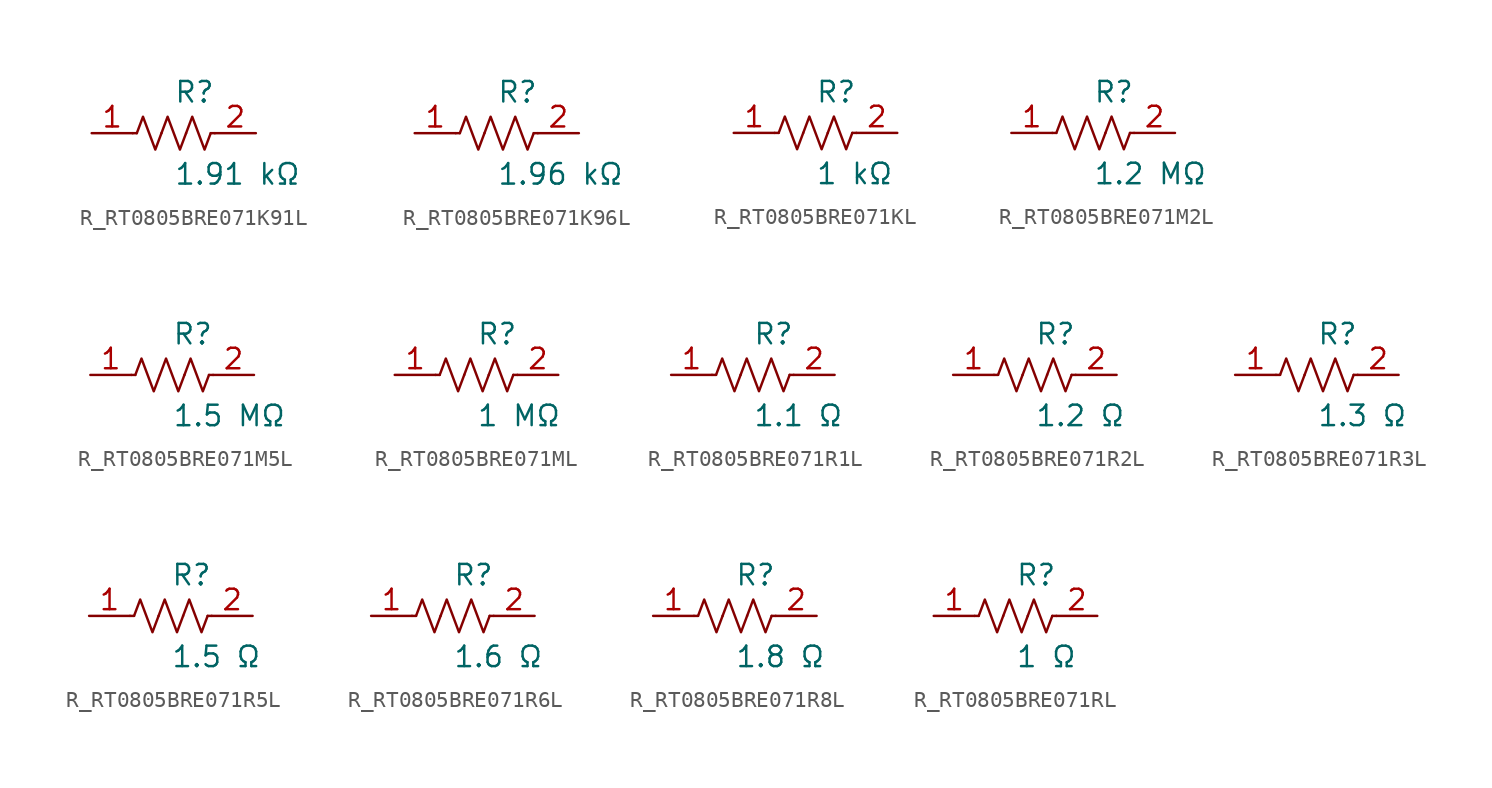
<source format=kicad_sym>
(kicad_symbol_lib
  (version 20231120)
  (generator kicad_symbol_editor)
  (generator_version 8.0)
  (symbol "R_RT0805BRE071K91L"
    (pin_names
      (offset 0.254))
    (property "Reference" "R"
      (at 0.0 2.54 0)
      (effects (font (size 1.27 1.27)) (justify left)))
    (property "Value" "1.91 kΩ"
      (at 0.0 -2.54 0)
      (effects (font (size 1.27 1.27)) (justify left)))
    (symbol "R_RT0805BRE071K91L_0_1"
      (polyline (pts (xy 2.286 0) (xy 2.54 0)) (stroke (width 0) (type default)) (fill (type none)))
      (polyline (pts (xy -2.286 0) (xy -2.54 0)) (stroke (width 0) (type default)) (fill (type none)))
      (polyline (pts (xy 0.762 0) (xy 1.143 1.016) (xy 1.524 0) (xy 1.905 -1.016) (xy 2.286 0)) (stroke (width 0) (type default)) (fill (type none)))
      (polyline (pts (xy -0.762 0) (xy -0.381 1.016) (xy 0 0) (xy 0.381 -1.016) (xy 0.762 0)) (stroke (width 0) (type default)) (fill (type none)))
      (polyline (pts (xy -2.286 0) (xy -1.905 1.016) (xy -1.524 0) (xy -1.143 -1.016) (xy -0.762 0)) (stroke (width 0) (type default)) (fill (type none))))
    (pin unspecified line
      (at -5.08 0 0)
      (length 2.54)
      (name "" (effects (font (size 1.27 1.27))))
      (number "1" (effects (font (size 1.27 1.27)))))
    (pin unspecified line
      (at 5.08 0 180)
      (length 2.54)
      (name "" (effects (font (size 1.27 1.27))))
      (number "2" (effects (font (size 1.27 1.27))))))
  (symbol "R_RT0805BRE071K96L"
    (pin_names
      (offset 0.254))
    (property "Reference" "R"
      (at 0.0 2.54 0)
      (effects (font (size 1.27 1.27)) (justify left)))
    (property "Value" "1.96 kΩ"
      (at 0.0 -2.54 0)
      (effects (font (size 1.27 1.27)) (justify left)))
    (symbol "R_RT0805BRE071K96L_0_1"
      (polyline (pts (xy 2.286 0) (xy 2.54 0)) (stroke (width 0) (type default)) (fill (type none)))
      (polyline (pts (xy -2.286 0) (xy -2.54 0)) (stroke (width 0) (type default)) (fill (type none)))
      (polyline (pts (xy 0.762 0) (xy 1.143 1.016) (xy 1.524 0) (xy 1.905 -1.016) (xy 2.286 0)) (stroke (width 0) (type default)) (fill (type none)))
      (polyline (pts (xy -0.762 0) (xy -0.381 1.016) (xy 0 0) (xy 0.381 -1.016) (xy 0.762 0)) (stroke (width 0) (type default)) (fill (type none)))
      (polyline (pts (xy -2.286 0) (xy -1.905 1.016) (xy -1.524 0) (xy -1.143 -1.016) (xy -0.762 0)) (stroke (width 0) (type default)) (fill (type none))))
    (pin unspecified line
      (at -5.08 0 0)
      (length 2.54)
      (name "" (effects (font (size 1.27 1.27))))
      (number "1" (effects (font (size 1.27 1.27)))))
    (pin unspecified line
      (at 5.08 0 180)
      (length 2.54)
      (name "" (effects (font (size 1.27 1.27))))
      (number "2" (effects (font (size 1.27 1.27))))))
  (symbol "R_RT0805BRE071KL"
    (pin_names
      (offset 0.254))
    (property "Reference" "R"
      (at 0.0 2.54 0)
      (effects (font (size 1.27 1.27)) (justify left)))
    (property "Value" "1 kΩ"
      (at 0.0 -2.54 0)
      (effects (font (size 1.27 1.27)) (justify left)))
    (symbol "R_RT0805BRE071KL_0_1"
      (polyline (pts (xy 2.286 0) (xy 2.54 0)) (stroke (width 0) (type default)) (fill (type none)))
      (polyline (pts (xy -2.286 0) (xy -2.54 0)) (stroke (width 0) (type default)) (fill (type none)))
      (polyline (pts (xy 0.762 0) (xy 1.143 1.016) (xy 1.524 0) (xy 1.905 -1.016) (xy 2.286 0)) (stroke (width 0) (type default)) (fill (type none)))
      (polyline (pts (xy -0.762 0) (xy -0.381 1.016) (xy 0 0) (xy 0.381 -1.016) (xy 0.762 0)) (stroke (width 0) (type default)) (fill (type none)))
      (polyline (pts (xy -2.286 0) (xy -1.905 1.016) (xy -1.524 0) (xy -1.143 -1.016) (xy -0.762 0)) (stroke (width 0) (type default)) (fill (type none))))
    (pin unspecified line
      (at -5.08 0 0)
      (length 2.54)
      (name "" (effects (font (size 1.27 1.27))))
      (number "1" (effects (font (size 1.27 1.27)))))
    (pin unspecified line
      (at 5.08 0 180)
      (length 2.54)
      (name "" (effects (font (size 1.27 1.27))))
      (number "2" (effects (font (size 1.27 1.27))))))
  (symbol "R_RT0805BRE071M2L"
    (pin_names
      (offset 0.254))
    (property "Reference" "R"
      (at 0.0 2.54 0)
      (effects (font (size 1.27 1.27)) (justify left)))
    (property "Value" "1.2 MΩ"
      (at 0.0 -2.54 0)
      (effects (font (size 1.27 1.27)) (justify left)))
    (symbol "R_RT0805BRE071M2L_0_1"
      (polyline (pts (xy 2.286 0) (xy 2.54 0)) (stroke (width 0) (type default)) (fill (type none)))
      (polyline (pts (xy -2.286 0) (xy -2.54 0)) (stroke (width 0) (type default)) (fill (type none)))
      (polyline (pts (xy 0.762 0) (xy 1.143 1.016) (xy 1.524 0) (xy 1.905 -1.016) (xy 2.286 0)) (stroke (width 0) (type default)) (fill (type none)))
      (polyline (pts (xy -0.762 0) (xy -0.381 1.016) (xy 0 0) (xy 0.381 -1.016) (xy 0.762 0)) (stroke (width 0) (type default)) (fill (type none)))
      (polyline (pts (xy -2.286 0) (xy -1.905 1.016) (xy -1.524 0) (xy -1.143 -1.016) (xy -0.762 0)) (stroke (width 0) (type default)) (fill (type none))))
    (pin unspecified line
      (at -5.08 0 0)
      (length 2.54)
      (name "" (effects (font (size 1.27 1.27))))
      (number "1" (effects (font (size 1.27 1.27)))))
    (pin unspecified line
      (at 5.08 0 180)
      (length 2.54)
      (name "" (effects (font (size 1.27 1.27))))
      (number "2" (effects (font (size 1.27 1.27))))))
  (symbol "R_RT0805BRE071M5L"
    (pin_names
      (offset 0.254))
    (property "Reference" "R"
      (at 0.0 2.54 0)
      (effects (font (size 1.27 1.27)) (justify left)))
    (property "Value" "1.5 MΩ"
      (at 0.0 -2.54 0)
      (effects (font (size 1.27 1.27)) (justify left)))
    (symbol "R_RT0805BRE071M5L_0_1"
      (polyline (pts (xy 2.286 0) (xy 2.54 0)) (stroke (width 0) (type default)) (fill (type none)))
      (polyline (pts (xy -2.286 0) (xy -2.54 0)) (stroke (width 0) (type default)) (fill (type none)))
      (polyline (pts (xy 0.762 0) (xy 1.143 1.016) (xy 1.524 0) (xy 1.905 -1.016) (xy 2.286 0)) (stroke (width 0) (type default)) (fill (type none)))
      (polyline (pts (xy -0.762 0) (xy -0.381 1.016) (xy 0 0) (xy 0.381 -1.016) (xy 0.762 0)) (stroke (width 0) (type default)) (fill (type none)))
      (polyline (pts (xy -2.286 0) (xy -1.905 1.016) (xy -1.524 0) (xy -1.143 -1.016) (xy -0.762 0)) (stroke (width 0) (type default)) (fill (type none))))
    (pin unspecified line
      (at -5.08 0 0)
      (length 2.54)
      (name "" (effects (font (size 1.27 1.27))))
      (number "1" (effects (font (size 1.27 1.27)))))
    (pin unspecified line
      (at 5.08 0 180)
      (length 2.54)
      (name "" (effects (font (size 1.27 1.27))))
      (number "2" (effects (font (size 1.27 1.27))))))
  (symbol "R_RT0805BRE071ML"
    (pin_names
      (offset 0.254))
    (property "Reference" "R"
      (at 0.0 2.54 0)
      (effects (font (size 1.27 1.27)) (justify left)))
    (property "Value" "1 MΩ"
      (at 0.0 -2.54 0)
      (effects (font (size 1.27 1.27)) (justify left)))
    (symbol "R_RT0805BRE071ML_0_1"
      (polyline (pts (xy 2.286 0) (xy 2.54 0)) (stroke (width 0) (type default)) (fill (type none)))
      (polyline (pts (xy -2.286 0) (xy -2.54 0)) (stroke (width 0) (type default)) (fill (type none)))
      (polyline (pts (xy 0.762 0) (xy 1.143 1.016) (xy 1.524 0) (xy 1.905 -1.016) (xy 2.286 0)) (stroke (width 0) (type default)) (fill (type none)))
      (polyline (pts (xy -0.762 0) (xy -0.381 1.016) (xy 0 0) (xy 0.381 -1.016) (xy 0.762 0)) (stroke (width 0) (type default)) (fill (type none)))
      (polyline (pts (xy -2.286 0) (xy -1.905 1.016) (xy -1.524 0) (xy -1.143 -1.016) (xy -0.762 0)) (stroke (width 0) (type default)) (fill (type none))))
    (pin unspecified line
      (at -5.08 0 0)
      (length 2.54)
      (name "" (effects (font (size 1.27 1.27))))
      (number "1" (effects (font (size 1.27 1.27)))))
    (pin unspecified line
      (at 5.08 0 180)
      (length 2.54)
      (name "" (effects (font (size 1.27 1.27))))
      (number "2" (effects (font (size 1.27 1.27))))))
  (symbol "R_RT0805BRE071R1L"
    (pin_names
      (offset 0.254))
    (property "Reference" "R"
      (at 0.0 2.54 0)
      (effects (font (size 1.27 1.27)) (justify left)))
    (property "Value" "1.1 Ω"
      (at 0.0 -2.54 0)
      (effects (font (size 1.27 1.27)) (justify left)))
    (symbol "R_RT0805BRE071R1L_0_1"
      (polyline (pts (xy 2.286 0) (xy 2.54 0)) (stroke (width 0) (type default)) (fill (type none)))
      (polyline (pts (xy -2.286 0) (xy -2.54 0)) (stroke (width 0) (type default)) (fill (type none)))
      (polyline (pts (xy 0.762 0) (xy 1.143 1.016) (xy 1.524 0) (xy 1.905 -1.016) (xy 2.286 0)) (stroke (width 0) (type default)) (fill (type none)))
      (polyline (pts (xy -0.762 0) (xy -0.381 1.016) (xy 0 0) (xy 0.381 -1.016) (xy 0.762 0)) (stroke (width 0) (type default)) (fill (type none)))
      (polyline (pts (xy -2.286 0) (xy -1.905 1.016) (xy -1.524 0) (xy -1.143 -1.016) (xy -0.762 0)) (stroke (width 0) (type default)) (fill (type none))))
    (pin unspecified line
      (at -5.08 0 0)
      (length 2.54)
      (name "" (effects (font (size 1.27 1.27))))
      (number "1" (effects (font (size 1.27 1.27)))))
    (pin unspecified line
      (at 5.08 0 180)
      (length 2.54)
      (name "" (effects (font (size 1.27 1.27))))
      (number "2" (effects (font (size 1.27 1.27))))))
  (symbol "R_RT0805BRE071R2L"
    (pin_names
      (offset 0.254))
    (property "Reference" "R"
      (at 0.0 2.54 0)
      (effects (font (size 1.27 1.27)) (justify left)))
    (property "Value" "1.2 Ω"
      (at 0.0 -2.54 0)
      (effects (font (size 1.27 1.27)) (justify left)))
    (symbol "R_RT0805BRE071R2L_0_1"
      (polyline (pts (xy 2.286 0) (xy 2.54 0)) (stroke (width 0) (type default)) (fill (type none)))
      (polyline (pts (xy -2.286 0) (xy -2.54 0)) (stroke (width 0) (type default)) (fill (type none)))
      (polyline (pts (xy 0.762 0) (xy 1.143 1.016) (xy 1.524 0) (xy 1.905 -1.016) (xy 2.286 0)) (stroke (width 0) (type default)) (fill (type none)))
      (polyline (pts (xy -0.762 0) (xy -0.381 1.016) (xy 0 0) (xy 0.381 -1.016) (xy 0.762 0)) (stroke (width 0) (type default)) (fill (type none)))
      (polyline (pts (xy -2.286 0) (xy -1.905 1.016) (xy -1.524 0) (xy -1.143 -1.016) (xy -0.762 0)) (stroke (width 0) (type default)) (fill (type none))))
    (pin unspecified line
      (at -5.08 0 0)
      (length 2.54)
      (name "" (effects (font (size 1.27 1.27))))
      (number "1" (effects (font (size 1.27 1.27)))))
    (pin unspecified line
      (at 5.08 0 180)
      (length 2.54)
      (name "" (effects (font (size 1.27 1.27))))
      (number "2" (effects (font (size 1.27 1.27))))))
  (symbol "R_RT0805BRE071R3L"
    (pin_names
      (offset 0.254))
    (property "Reference" "R"
      (at 0.0 2.54 0)
      (effects (font (size 1.27 1.27)) (justify left)))
    (property "Value" "1.3 Ω"
      (at 0.0 -2.54 0)
      (effects (font (size 1.27 1.27)) (justify left)))
    (symbol "R_RT0805BRE071R3L_0_1"
      (polyline (pts (xy 2.286 0) (xy 2.54 0)) (stroke (width 0) (type default)) (fill (type none)))
      (polyline (pts (xy -2.286 0) (xy -2.54 0)) (stroke (width 0) (type default)) (fill (type none)))
      (polyline (pts (xy 0.762 0) (xy 1.143 1.016) (xy 1.524 0) (xy 1.905 -1.016) (xy 2.286 0)) (stroke (width 0) (type default)) (fill (type none)))
      (polyline (pts (xy -0.762 0) (xy -0.381 1.016) (xy 0 0) (xy 0.381 -1.016) (xy 0.762 0)) (stroke (width 0) (type default)) (fill (type none)))
      (polyline (pts (xy -2.286 0) (xy -1.905 1.016) (xy -1.524 0) (xy -1.143 -1.016) (xy -0.762 0)) (stroke (width 0) (type default)) (fill (type none))))
    (pin unspecified line
      (at -5.08 0 0)
      (length 2.54)
      (name "" (effects (font (size 1.27 1.27))))
      (number "1" (effects (font (size 1.27 1.27)))))
    (pin unspecified line
      (at 5.08 0 180)
      (length 2.54)
      (name "" (effects (font (size 1.27 1.27))))
      (number "2" (effects (font (size 1.27 1.27))))))
  (symbol "R_RT0805BRE071R5L"
    (pin_names
      (offset 0.254))
    (property "Reference" "R"
      (at 0.0 2.54 0)
      (effects (font (size 1.27 1.27)) (justify left)))
    (property "Value" "1.5 Ω"
      (at 0.0 -2.54 0)
      (effects (font (size 1.27 1.27)) (justify left)))
    (symbol "R_RT0805BRE071R5L_0_1"
      (polyline (pts (xy 2.286 0) (xy 2.54 0)) (stroke (width 0) (type default)) (fill (type none)))
      (polyline (pts (xy -2.286 0) (xy -2.54 0)) (stroke (width 0) (type default)) (fill (type none)))
      (polyline (pts (xy 0.762 0) (xy 1.143 1.016) (xy 1.524 0) (xy 1.905 -1.016) (xy 2.286 0)) (stroke (width 0) (type default)) (fill (type none)))
      (polyline (pts (xy -0.762 0) (xy -0.381 1.016) (xy 0 0) (xy 0.381 -1.016) (xy 0.762 0)) (stroke (width 0) (type default)) (fill (type none)))
      (polyline (pts (xy -2.286 0) (xy -1.905 1.016) (xy -1.524 0) (xy -1.143 -1.016) (xy -0.762 0)) (stroke (width 0) (type default)) (fill (type none))))
    (pin unspecified line
      (at -5.08 0 0)
      (length 2.54)
      (name "" (effects (font (size 1.27 1.27))))
      (number "1" (effects (font (size 1.27 1.27)))))
    (pin unspecified line
      (at 5.08 0 180)
      (length 2.54)
      (name "" (effects (font (size 1.27 1.27))))
      (number "2" (effects (font (size 1.27 1.27))))))
  (symbol "R_RT0805BRE071R6L"
    (pin_names
      (offset 0.254))
    (property "Reference" "R"
      (at 0.0 2.54 0)
      (effects (font (size 1.27 1.27)) (justify left)))
    (property "Value" "1.6 Ω"
      (at 0.0 -2.54 0)
      (effects (font (size 1.27 1.27)) (justify left)))
    (symbol "R_RT0805BRE071R6L_0_1"
      (polyline (pts (xy 2.286 0) (xy 2.54 0)) (stroke (width 0) (type default)) (fill (type none)))
      (polyline (pts (xy -2.286 0) (xy -2.54 0)) (stroke (width 0) (type default)) (fill (type none)))
      (polyline (pts (xy 0.762 0) (xy 1.143 1.016) (xy 1.524 0) (xy 1.905 -1.016) (xy 2.286 0)) (stroke (width 0) (type default)) (fill (type none)))
      (polyline (pts (xy -0.762 0) (xy -0.381 1.016) (xy 0 0) (xy 0.381 -1.016) (xy 0.762 0)) (stroke (width 0) (type default)) (fill (type none)))
      (polyline (pts (xy -2.286 0) (xy -1.905 1.016) (xy -1.524 0) (xy -1.143 -1.016) (xy -0.762 0)) (stroke (width 0) (type default)) (fill (type none))))
    (pin unspecified line
      (at -5.08 0 0)
      (length 2.54)
      (name "" (effects (font (size 1.27 1.27))))
      (number "1" (effects (font (size 1.27 1.27)))))
    (pin unspecified line
      (at 5.08 0 180)
      (length 2.54)
      (name "" (effects (font (size 1.27 1.27))))
      (number "2" (effects (font (size 1.27 1.27))))))
  (symbol "R_RT0805BRE071R8L"
    (pin_names
      (offset 0.254))
    (property "Reference" "R"
      (at 0.0 2.54 0)
      (effects (font (size 1.27 1.27)) (justify left)))
    (property "Value" "1.8 Ω"
      (at 0.0 -2.54 0)
      (effects (font (size 1.27 1.27)) (justify left)))
    (symbol "R_RT0805BRE071R8L_0_1"
      (polyline (pts (xy 2.286 0) (xy 2.54 0)) (stroke (width 0) (type default)) (fill (type none)))
      (polyline (pts (xy -2.286 0) (xy -2.54 0)) (stroke (width 0) (type default)) (fill (type none)))
      (polyline (pts (xy 0.762 0) (xy 1.143 1.016) (xy 1.524 0) (xy 1.905 -1.016) (xy 2.286 0)) (stroke (width 0) (type default)) (fill (type none)))
      (polyline (pts (xy -0.762 0) (xy -0.381 1.016) (xy 0 0) (xy 0.381 -1.016) (xy 0.762 0)) (stroke (width 0) (type default)) (fill (type none)))
      (polyline (pts (xy -2.286 0) (xy -1.905 1.016) (xy -1.524 0) (xy -1.143 -1.016) (xy -0.762 0)) (stroke (width 0) (type default)) (fill (type none))))
    (pin unspecified line
      (at -5.08 0 0)
      (length 2.54)
      (name "" (effects (font (size 1.27 1.27))))
      (number "1" (effects (font (size 1.27 1.27)))))
    (pin unspecified line
      (at 5.08 0 180)
      (length 2.54)
      (name "" (effects (font (size 1.27 1.27))))
      (number "2" (effects (font (size 1.27 1.27))))))
  (symbol "R_RT0805BRE071RL"
    (pin_names
      (offset 0.254))
    (property "Reference" "R"
      (at 0.0 2.54 0)
      (effects (font (size 1.27 1.27)) (justify left)))
    (property "Value" "1 Ω"
      (at 0.0 -2.54 0)
      (effects (font (size 1.27 1.27)) (justify left)))
    (symbol "R_RT0805BRE071RL_0_1"
      (polyline (pts (xy 2.286 0) (xy 2.54 0)) (stroke (width 0) (type default)) (fill (type none)))
      (polyline (pts (xy -2.286 0) (xy -2.54 0)) (stroke (width 0) (type default)) (fill (type none)))
      (polyline (pts (xy 0.762 0) (xy 1.143 1.016) (xy 1.524 0) (xy 1.905 -1.016) (xy 2.286 0)) (stroke (width 0) (type default)) (fill (type none)))
      (polyline (pts (xy -0.762 0) (xy -0.381 1.016) (xy 0 0) (xy 0.381 -1.016) (xy 0.762 0)) (stroke (width 0) (type default)) (fill (type none)))
      (polyline (pts (xy -2.286 0) (xy -1.905 1.016) (xy -1.524 0) (xy -1.143 -1.016) (xy -0.762 0)) (stroke (width 0) (type default)) (fill (type none))))
    (pin unspecified line
      (at -5.08 0 0)
      (length 2.54)
      (name "" (effects (font (size 1.27 1.27))))
      (number "1" (effects (font (size 1.27 1.27)))))
    (pin unspecified line
      (at 5.08 0 180)
      (length 2.54)
      (name "" (effects (font (size 1.27 1.27))))
      (number "2" (effects (font (size 1.27 1.27)))))))
</source>
